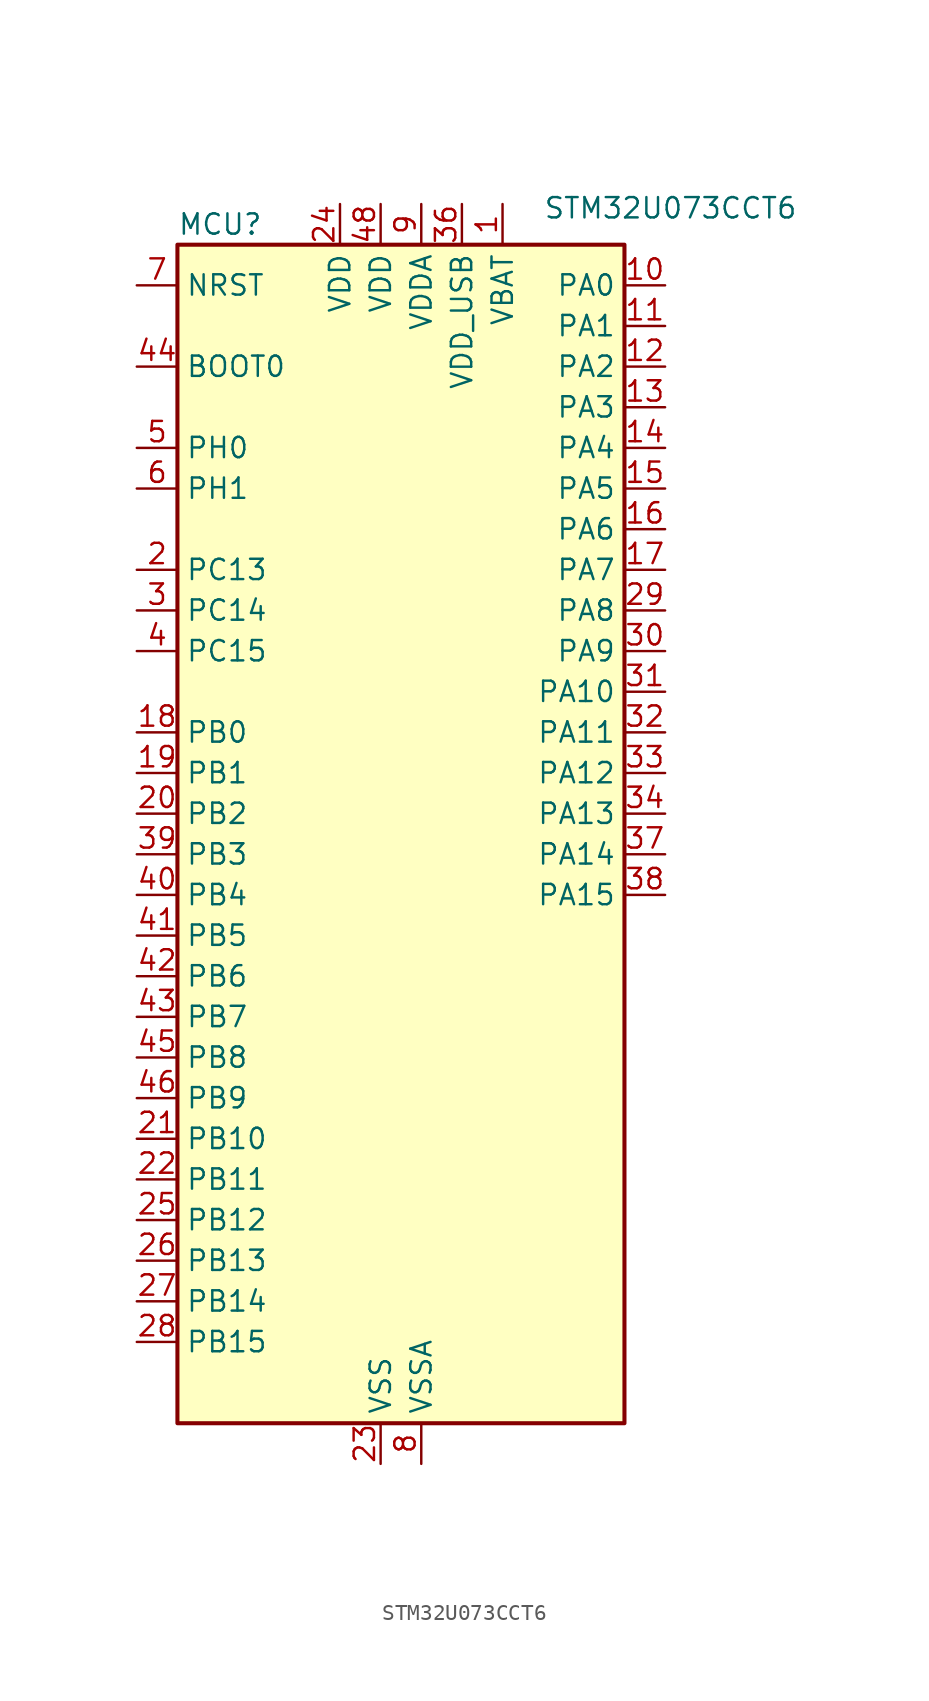
<source format=kicad_sym>
(kicad_symbol_lib
  (version 20231120)
  (generator "kicad_symbol_editor")
  (generator_version "8.0")
  (symbol "STM32U073CCT6"
    (property "Reference" "MCU"
      (at -12.7 39.37 0)
      (effects (font (size 1.27 1.27)) (justify left)))
    (property "Value" " STM32U073CCT6 "
      (at 10.16 40.386 0)
      (effects (font (size 1.27 1.27)) (justify left)))
    (symbol "STM32U073CCT6_0_1"
      (rectangle (start -12.7 -35.56) (end 15.24 38.1) (stroke (width 0.254) (type default)) (fill (type background))))
    (symbol "STM32U073CCT6_1_1"
      (pin power_in line (at 7.62 40.64 270) (length 2.54) (name "VBAT" (effects (font (size 1.27 1.27)))) (number "1" (effects (font (size 1.27 1.27)))))
      (pin bidirectional line (at 17.78 35.56 180) (length 2.54) (name "PA0" (effects (font (size 1.27 1.27)))) (number "10" (effects (font (size 1.27 1.27)))) (alternate "ADC_IN0" bidirectional line) (alternate "COMP1_INM" bidirectional line) (alternate "COMP1_OUT" bidirectional line) (alternate "RTC_TAMP2" bidirectional line) (alternate "SYS_WKUP1" bidirectional line) (alternate "TIM2_CH1" bidirectional line) (alternate "TIM2_ETR" bidirectional line) (alternate "TSC_G1_IO1" bidirectional line) (alternate "USART2_CTS" bidirectional line) (alternate "USART4_TX" bidirectional line))
      (pin bidirectional line (at 17.78 33.02 180) (length 2.54) (name "PA1" (effects (font (size 1.27 1.27)))) (number "11" (effects (font (size 1.27 1.27)))) (alternate "ADC_IN1" bidirectional line) (alternate "COMP1_INP" bidirectional line) (alternate "LCD_SEG0" bidirectional line) (alternate "TIM21_ETR" bidirectional line) (alternate "TIM2_CH2" bidirectional line) (alternate "TSC_G1_IO2" bidirectional line) (alternate "USART2_DE" bidirectional line) (alternate "USART2_RTS" bidirectional line) (alternate "USART4_RX" bidirectional line))
      (pin bidirectional line (at 17.78 30.48 180) (length 2.54) (name "PA2" (effects (font (size 1.27 1.27)))) (number "12" (effects (font (size 1.27 1.27)))) (alternate "ADC_IN2" bidirectional line) (alternate "COMP2_INM" bidirectional line) (alternate "COMP2_OUT" bidirectional line) (alternate "LCD_SEG1" bidirectional line) (alternate "LPUART1_TX" bidirectional line) (alternate "TIM21_CH1" bidirectional line) (alternate "TIM2_CH3" bidirectional line) (alternate "TSC_G1_IO3" bidirectional line) (alternate "USART2_TX" bidirectional line))
      (pin bidirectional line (at 17.78 27.94 180) (length 2.54) (name "PA3" (effects (font (size 1.27 1.27)))) (number "13" (effects (font (size 1.27 1.27)))) (alternate "ADC_IN3" bidirectional line) (alternate "COMP2_INP" bidirectional line) (alternate "LCD_SEG2" bidirectional line) (alternate "LPUART1_RX" bidirectional line) (alternate "TIM21_CH2" bidirectional line) (alternate "TIM2_CH4" bidirectional line) (alternate "TSC_G1_IO4" bidirectional line) (alternate "USART2_RX" bidirectional line))
      (pin bidirectional line (at 17.78 25.4 180) (length 2.54) (name "PA4" (effects (font (size 1.27 1.27)))) (number "14" (effects (font (size 1.27 1.27)))) (alternate "ADC_IN4" bidirectional line) (alternate "COMP1_INM" bidirectional line) (alternate "COMP2_INM" bidirectional line) (alternate "DAC_OUT1" bidirectional line) (alternate "SPI1_NSS" bidirectional line) (alternate "TIM22_ETR" bidirectional line) (alternate "TSC_G2_IO1" bidirectional line) (alternate "USART2_CK" bidirectional line))
      (pin bidirectional line (at 17.78 22.86 180) (length 2.54) (name "PA5" (effects (font (size 1.27 1.27)))) (number "15" (effects (font (size 1.27 1.27)))) (alternate "ADC_IN5" bidirectional line) (alternate "COMP1_INM" bidirectional line) (alternate "COMP2_INM" bidirectional line) (alternate "DAC_OUT2" bidirectional line) (alternate "SPI1_SCK" bidirectional line) (alternate "TIM2_CH1" bidirectional line) (alternate "TIM2_ETR" bidirectional line) (alternate "TSC_G2_IO2" bidirectional line))
      (pin bidirectional line (at 17.78 20.32 180) (length 2.54) (name "PA6" (effects (font (size 1.27 1.27)))) (number "16" (effects (font (size 1.27 1.27)))) (alternate "ADC_IN6" bidirectional line) (alternate "COMP1_OUT" bidirectional line) (alternate "LCD_SEG3" bidirectional line) (alternate "LPUART1_CTS" bidirectional line) (alternate "SPI1_MISO" bidirectional line) (alternate "TIM22_CH1" bidirectional line) (alternate "TIM3_CH1" bidirectional line) (alternate "TSC_G2_IO3" bidirectional line))
      (pin bidirectional line (at 17.78 17.78 180) (length 2.54) (name "PA7" (effects (font (size 1.27 1.27)))) (number "17" (effects (font (size 1.27 1.27)))) (alternate "ADC_IN7" bidirectional line) (alternate "COMP2_OUT" bidirectional line) (alternate "LCD_SEG4" bidirectional line) (alternate "SPI1_MOSI" bidirectional line) (alternate "TIM22_CH2" bidirectional line) (alternate "TIM3_CH2" bidirectional line) (alternate "TSC_G2_IO4" bidirectional line))
      (pin bidirectional line (at -15.24 7.62 0) (length 2.54) (name "PB0" (effects (font (size 1.27 1.27)))) (number "18" (effects (font (size 1.27 1.27)))) (alternate "ADC_IN8" bidirectional line) (alternate "LCD_SEG5" bidirectional line) (alternate "LCD_VLCD3" bidirectional line) (alternate "SYS_VREF_OUT_PB0" bidirectional line) (alternate "TIM3_CH3" bidirectional line) (alternate "TSC_G3_IO2" bidirectional line))
      (pin bidirectional line (at -15.24 5.08 0) (length 2.54) (name "PB1" (effects (font (size 1.27 1.27)))) (number "19" (effects (font (size 1.27 1.27)))) (alternate "ADC_IN9" bidirectional line) (alternate "LCD_SEG6" bidirectional line) (alternate "LPUART1_DE" bidirectional line) (alternate "LPUART1_RTS" bidirectional line) (alternate "SYS_VREF_OUT_PB1" bidirectional line) (alternate "TIM3_CH4" bidirectional line) (alternate "TSC_G3_IO3" bidirectional line))
      (pin bidirectional line (at -15.24 17.78 0) (length 2.54) (name "PC13" (effects (font (size 1.27 1.27)))) (number "2" (effects (font (size 1.27 1.27)))) (alternate "RTC_OUT_ALARM" bidirectional line) (alternate "RTC_OUT_CALIB" bidirectional line) (alternate "RTC_TAMP1" bidirectional line) (alternate "RTC_TS" bidirectional line) (alternate "SYS_WKUP2" bidirectional line))
      (pin bidirectional line (at -15.24 2.54 0) (length 2.54) (name "PB2" (effects (font (size 1.27 1.27)))) (number "20" (effects (font (size 1.27 1.27)))) (alternate "I2C3_SMBA" bidirectional line) (alternate "LCD_VLCD2" bidirectional line) (alternate "LPTIM1_OUT" bidirectional line) (alternate "TSC_G3_IO4" bidirectional line))
      (pin bidirectional line (at -15.24 -17.78 0) (length 2.54) (name "PB10" (effects (font (size 1.27 1.27)))) (number "21" (effects (font (size 1.27 1.27)))) (alternate "I2C2_SCL" bidirectional line) (alternate "LCD_SEG10" bidirectional line) (alternate "LPUART1_RX" bidirectional line) (alternate "LPUART1_TX" bidirectional line) (alternate "SPI2_SCK" bidirectional line) (alternate "TIM2_CH3" bidirectional line) (alternate "TSC_SYNC" bidirectional line))
      (pin bidirectional line (at -15.24 -20.32 0) (length 2.54) (name "PB11" (effects (font (size 1.27 1.27)))) (number "22" (effects (font (size 1.27 1.27)))) (alternate "ADC_EXTI11" bidirectional line) (alternate "I2C2_SDA" bidirectional line) (alternate "LCD_SEG11" bidirectional line) (alternate "LPUART1_RX" bidirectional line) (alternate "LPUART1_TX" bidirectional line) (alternate "TIM2_CH4" bidirectional line) (alternate "TSC_G6_IO1" bidirectional line))
      (pin power_in line (at 0 -38.1 90) (length 2.54) (name "VSS" (effects (font (size 1.27 1.27)))) (number "23" (effects (font (size 1.27 1.27)))))
      (pin power_in line (at -2.54 40.64 270) (length 2.54) (name "VDD" (effects (font (size 1.27 1.27)))) (number "24" (effects (font (size 1.27 1.27)))))
      (pin bidirectional line (at -15.24 -22.86 0) (length 2.54) (name "PB12" (effects (font (size 1.27 1.27)))) (number "25" (effects (font (size 1.27 1.27)))) (alternate "I2S2_WS" bidirectional line) (alternate "LCD_SEG12" bidirectional line) (alternate "LCD_VLCD2" bidirectional line) (alternate "LPUART1_DE" bidirectional line) (alternate "LPUART1_RTS" bidirectional line) (alternate "SPI2_NSS" bidirectional line) (alternate "TSC_G6_IO2" bidirectional line))
      (pin bidirectional line (at -15.24 -25.4 0) (length 2.54) (name "PB13" (effects (font (size 1.27 1.27)))) (number "26" (effects (font (size 1.27 1.27)))) (alternate "I2C2_SCL" bidirectional line) (alternate "I2S2_CK" bidirectional line) (alternate "LCD_SEG13" bidirectional line) (alternate "LPUART1_CTS" bidirectional line) (alternate "RCC_MCO" bidirectional line) (alternate "SPI2_SCK" bidirectional line) (alternate "TIM21_CH1" bidirectional line) (alternate "TSC_G6_IO3" bidirectional line))
      (pin bidirectional line (at -15.24 -27.94 0) (length 2.54) (name "PB14" (effects (font (size 1.27 1.27)))) (number "27" (effects (font (size 1.27 1.27)))) (alternate "I2C2_SDA" bidirectional line) (alternate "I2S2_MCK" bidirectional line) (alternate "LCD_SEG14" bidirectional line) (alternate "LPUART1_DE" bidirectional line) (alternate "LPUART1_RTS" bidirectional line) (alternate "RTC_OUT_ALARM" bidirectional line) (alternate "RTC_OUT_CALIB" bidirectional line) (alternate "SPI2_MISO" bidirectional line) (alternate "TIM21_CH2" bidirectional line) (alternate "TSC_G6_IO4" bidirectional line))
      (pin bidirectional line (at -15.24 -30.48 0) (length 2.54) (name "PB15" (effects (font (size 1.27 1.27)))) (number "28" (effects (font (size 1.27 1.27)))) (alternate "I2S2_SD" bidirectional line) (alternate "LCD_SEG15" bidirectional line) (alternate "RTC_REFIN" bidirectional line) (alternate "SPI2_MOSI" bidirectional line))
      (pin bidirectional line (at 17.78 15.24 180) (length 2.54) (name "PA8" (effects (font (size 1.27 1.27)))) (number "29" (effects (font (size 1.27 1.27)))) (alternate "CRS_SYNC" bidirectional line) (alternate "I2C3_SCL" bidirectional line) (alternate "LCD_COM0" bidirectional line) (alternate "RCC_MCO" bidirectional line) (alternate "USART1_CK" bidirectional line))
      (pin bidirectional line (at -15.24 15.24 0) (length 2.54) (name "PC14" (effects (font (size 1.27 1.27)))) (number "3" (effects (font (size 1.27 1.27)))) (alternate "RCC_OSC32_IN" bidirectional line))
      (pin bidirectional line (at 17.78 12.7 180) (length 2.54) (name "PA9" (effects (font (size 1.27 1.27)))) (number "30" (effects (font (size 1.27 1.27)))) (alternate "DAC_EXTI9" bidirectional line) (alternate "I2C1_SCL" bidirectional line) (alternate "I2C3_SMBA" bidirectional line) (alternate "LCD_COM1" bidirectional line) (alternate "RCC_MCO" bidirectional line) (alternate "TSC_G4_IO1" bidirectional line) (alternate "USART1_TX" bidirectional line))
      (pin bidirectional line (at 17.78 10.16 180) (length 2.54) (name "PA10" (effects (font (size 1.27 1.27)))) (number "31" (effects (font (size 1.27 1.27)))) (alternate "I2C1_SDA" bidirectional line) (alternate "LCD_COM2" bidirectional line) (alternate "TSC_G4_IO2" bidirectional line) (alternate "USART1_RX" bidirectional line))
      (pin bidirectional line (at 17.78 7.62 180) (length 2.54) (name "PA11" (effects (font (size 1.27 1.27)))) (number "32" (effects (font (size 1.27 1.27)))) (alternate "ADC_EXTI11" bidirectional line) (alternate "COMP1_OUT" bidirectional line) (alternate "SPI1_MISO" bidirectional line) (alternate "TSC_G4_IO3" bidirectional line) (alternate "USART1_CTS" bidirectional line) (alternate "USB_DM" bidirectional line))
      (pin bidirectional line (at 17.78 5.08 180) (length 2.54) (name "PA12" (effects (font (size 1.27 1.27)))) (number "33" (effects (font (size 1.27 1.27)))) (alternate "COMP2_OUT" bidirectional line) (alternate "SPI1_MOSI" bidirectional line) (alternate "TSC_G4_IO4" bidirectional line) (alternate "USART1_DE" bidirectional line) (alternate "USART1_RTS" bidirectional line) (alternate "USB_DP" bidirectional line))
      (pin bidirectional line (at 17.78 2.54 180) (length 2.54) (name "PA13" (effects (font (size 1.27 1.27)))) (number "34" (effects (font (size 1.27 1.27)))) (alternate "LPUART1_RX" bidirectional line) (alternate "SYS_SWDIO" bidirectional line) (alternate "USB_NOE" bidirectional line))
      (pin passive line (at 0 -38.1 90) (length 2.54) hide (name "VSS" (effects (font (size 1.27 1.27)))) (number "35" (effects (font (size 1.27 1.27)))))
      (pin power_in line (at 5.08 40.64 270) (length 2.54) (name "VDD_USB" (effects (font (size 1.27 1.27)))) (number "36" (effects (font (size 1.27 1.27)))))
      (pin bidirectional line (at 17.78 0 180) (length 2.54) (name "PA14" (effects (font (size 1.27 1.27)))) (number "37" (effects (font (size 1.27 1.27)))) (alternate "LPUART1_TX" bidirectional line) (alternate "SYS_SWCLK" bidirectional line) (alternate "USART2_TX" bidirectional line))
      (pin bidirectional line (at 17.78 -2.54 180) (length 2.54) (name "PA15" (effects (font (size 1.27 1.27)))) (number "38" (effects (font (size 1.27 1.27)))) (alternate "LCD_SEG17" bidirectional line) (alternate "SPI1_NSS" bidirectional line) (alternate "TIM2_CH1" bidirectional line) (alternate "TIM2_ETR" bidirectional line) (alternate "USART2_RX" bidirectional line) (alternate "USART4_DE" bidirectional line) (alternate "USART4_RTS" bidirectional line))
      (pin bidirectional line (at -15.24 0 0) (length 2.54) (name "PB3" (effects (font (size 1.27 1.27)))) (number "39" (effects (font (size 1.27 1.27)))) (alternate "COMP2_INM" bidirectional line) (alternate "LCD_SEG7" bidirectional line) (alternate "SPI1_SCK" bidirectional line) (alternate "TIM2_CH2" bidirectional line) (alternate "TSC_G5_IO1" bidirectional line) (alternate "USART1_DE" bidirectional line) (alternate "USART1_RTS" bidirectional line) (alternate "USART5_TX" bidirectional line))
      (pin bidirectional line (at -15.24 12.7 0) (length 2.54) (name "PC15" (effects (font (size 1.27 1.27)))) (number "4" (effects (font (size 1.27 1.27)))) (alternate "RCC_OSC32_OUT" bidirectional line))
      (pin bidirectional line (at -15.24 -2.54 0) (length 2.54) (name "PB4" (effects (font (size 1.27 1.27)))) (number "40" (effects (font (size 1.27 1.27)))) (alternate "COMP2_INP" bidirectional line) (alternate "I2C3_SDA" bidirectional line) (alternate "LCD_SEG8" bidirectional line) (alternate "SPI1_MISO" bidirectional line) (alternate "TIM22_CH1" bidirectional line) (alternate "TIM3_CH1" bidirectional line) (alternate "TSC_G5_IO2" bidirectional line) (alternate "USART1_CTS" bidirectional line) (alternate "USART5_RX" bidirectional line))
      (pin bidirectional line (at -15.24 -5.08 0) (length 2.54) (name "PB5" (effects (font (size 1.27 1.27)))) (number "41" (effects (font (size 1.27 1.27)))) (alternate "COMP2_INP" bidirectional line) (alternate "I2C1_SMBA" bidirectional line) (alternate "LCD_SEG9" bidirectional line) (alternate "LPTIM1_IN1" bidirectional line) (alternate "SPI1_MOSI" bidirectional line) (alternate "TIM22_CH2" bidirectional line) (alternate "TIM3_CH2" bidirectional line) (alternate "USART1_CK" bidirectional line) (alternate "USART5_CK" bidirectional line) (alternate "USART5_DE" bidirectional line) (alternate "USART5_RTS" bidirectional line))
      (pin bidirectional line (at -15.24 -7.62 0) (length 2.54) (name "PB6" (effects (font (size 1.27 1.27)))) (number "42" (effects (font (size 1.27 1.27)))) (alternate "COMP2_INP" bidirectional line) (alternate "I2C1_SCL" bidirectional line) (alternate "LPTIM1_ETR" bidirectional line) (alternate "TSC_G5_IO3" bidirectional line) (alternate "USART1_TX" bidirectional line))
      (pin bidirectional line (at -15.24 -10.16 0) (length 2.54) (name "PB7" (effects (font (size 1.27 1.27)))) (number "43" (effects (font (size 1.27 1.27)))) (alternate "COMP2_INP" bidirectional line) (alternate "I2C1_SDA" bidirectional line) (alternate "LPTIM1_IN2" bidirectional line) (alternate "SYS_PVD_IN" bidirectional line) (alternate "TSC_G5_IO4" bidirectional line) (alternate "USART1_RX" bidirectional line) (alternate "USART4_CTS" bidirectional line))
      (pin input line (at -15.24 30.48 0) (length 2.54) (name "BOOT0" (effects (font (size 1.27 1.27)))) (number "44" (effects (font (size 1.27 1.27)))))
      (pin bidirectional line (at -15.24 -12.7 0) (length 2.54) (name "PB8" (effects (font (size 1.27 1.27)))) (number "45" (effects (font (size 1.27 1.27)))) (alternate "I2C1_SCL" bidirectional line) (alternate "LCD_SEG16" bidirectional line) (alternate "TSC_SYNC" bidirectional line))
      (pin bidirectional line (at -15.24 -15.24 0) (length 2.54) (name "PB9" (effects (font (size 1.27 1.27)))) (number "46" (effects (font (size 1.27 1.27)))) (alternate "DAC_EXTI9" bidirectional line) (alternate "I2C1_SDA" bidirectional line) (alternate "I2S2_WS" bidirectional line) (alternate "LCD_COM3" bidirectional line) (alternate "SPI2_NSS" bidirectional line))
      (pin passive line (at 0 -38.1 90) (length 2.54) hide (name "VSS" (effects (font (size 1.27 1.27)))) (number "47" (effects (font (size 1.27 1.27)))))
      (pin power_in line (at 0 40.64 270) (length 2.54) (name "VDD" (effects (font (size 1.27 1.27)))) (number "48" (effects (font (size 1.27 1.27)))))
      (pin bidirectional line (at -15.24 25.4 0) (length 2.54) (name "PH0" (effects (font (size 1.27 1.27)))) (number "5" (effects (font (size 1.27 1.27)))) (alternate "CRS_SYNC" bidirectional line) (alternate "RCC_OSC_IN" bidirectional line))
      (pin bidirectional line (at -15.24 22.86 0) (length 2.54) (name "PH1" (effects (font (size 1.27 1.27)))) (number "6" (effects (font (size 1.27 1.27)))) (alternate "RCC_OSC_OUT" bidirectional line))
      (pin input line (at -15.24 35.56 0) (length 2.54) (name "NRST" (effects (font (size 1.27 1.27)))) (number "7" (effects (font (size 1.27 1.27)))))
      (pin power_in line (at 2.54 -38.1 90) (length 2.54) (name "VSSA" (effects (font (size 1.27 1.27)))) (number "8" (effects (font (size 1.27 1.27)))))
      (pin power_in line (at 2.54 40.64 270) (length 2.54) (name "VDDA" (effects (font (size 1.27 1.27)))) (number "9" (effects (font (size 1.27 1.27))))))))
</source>
